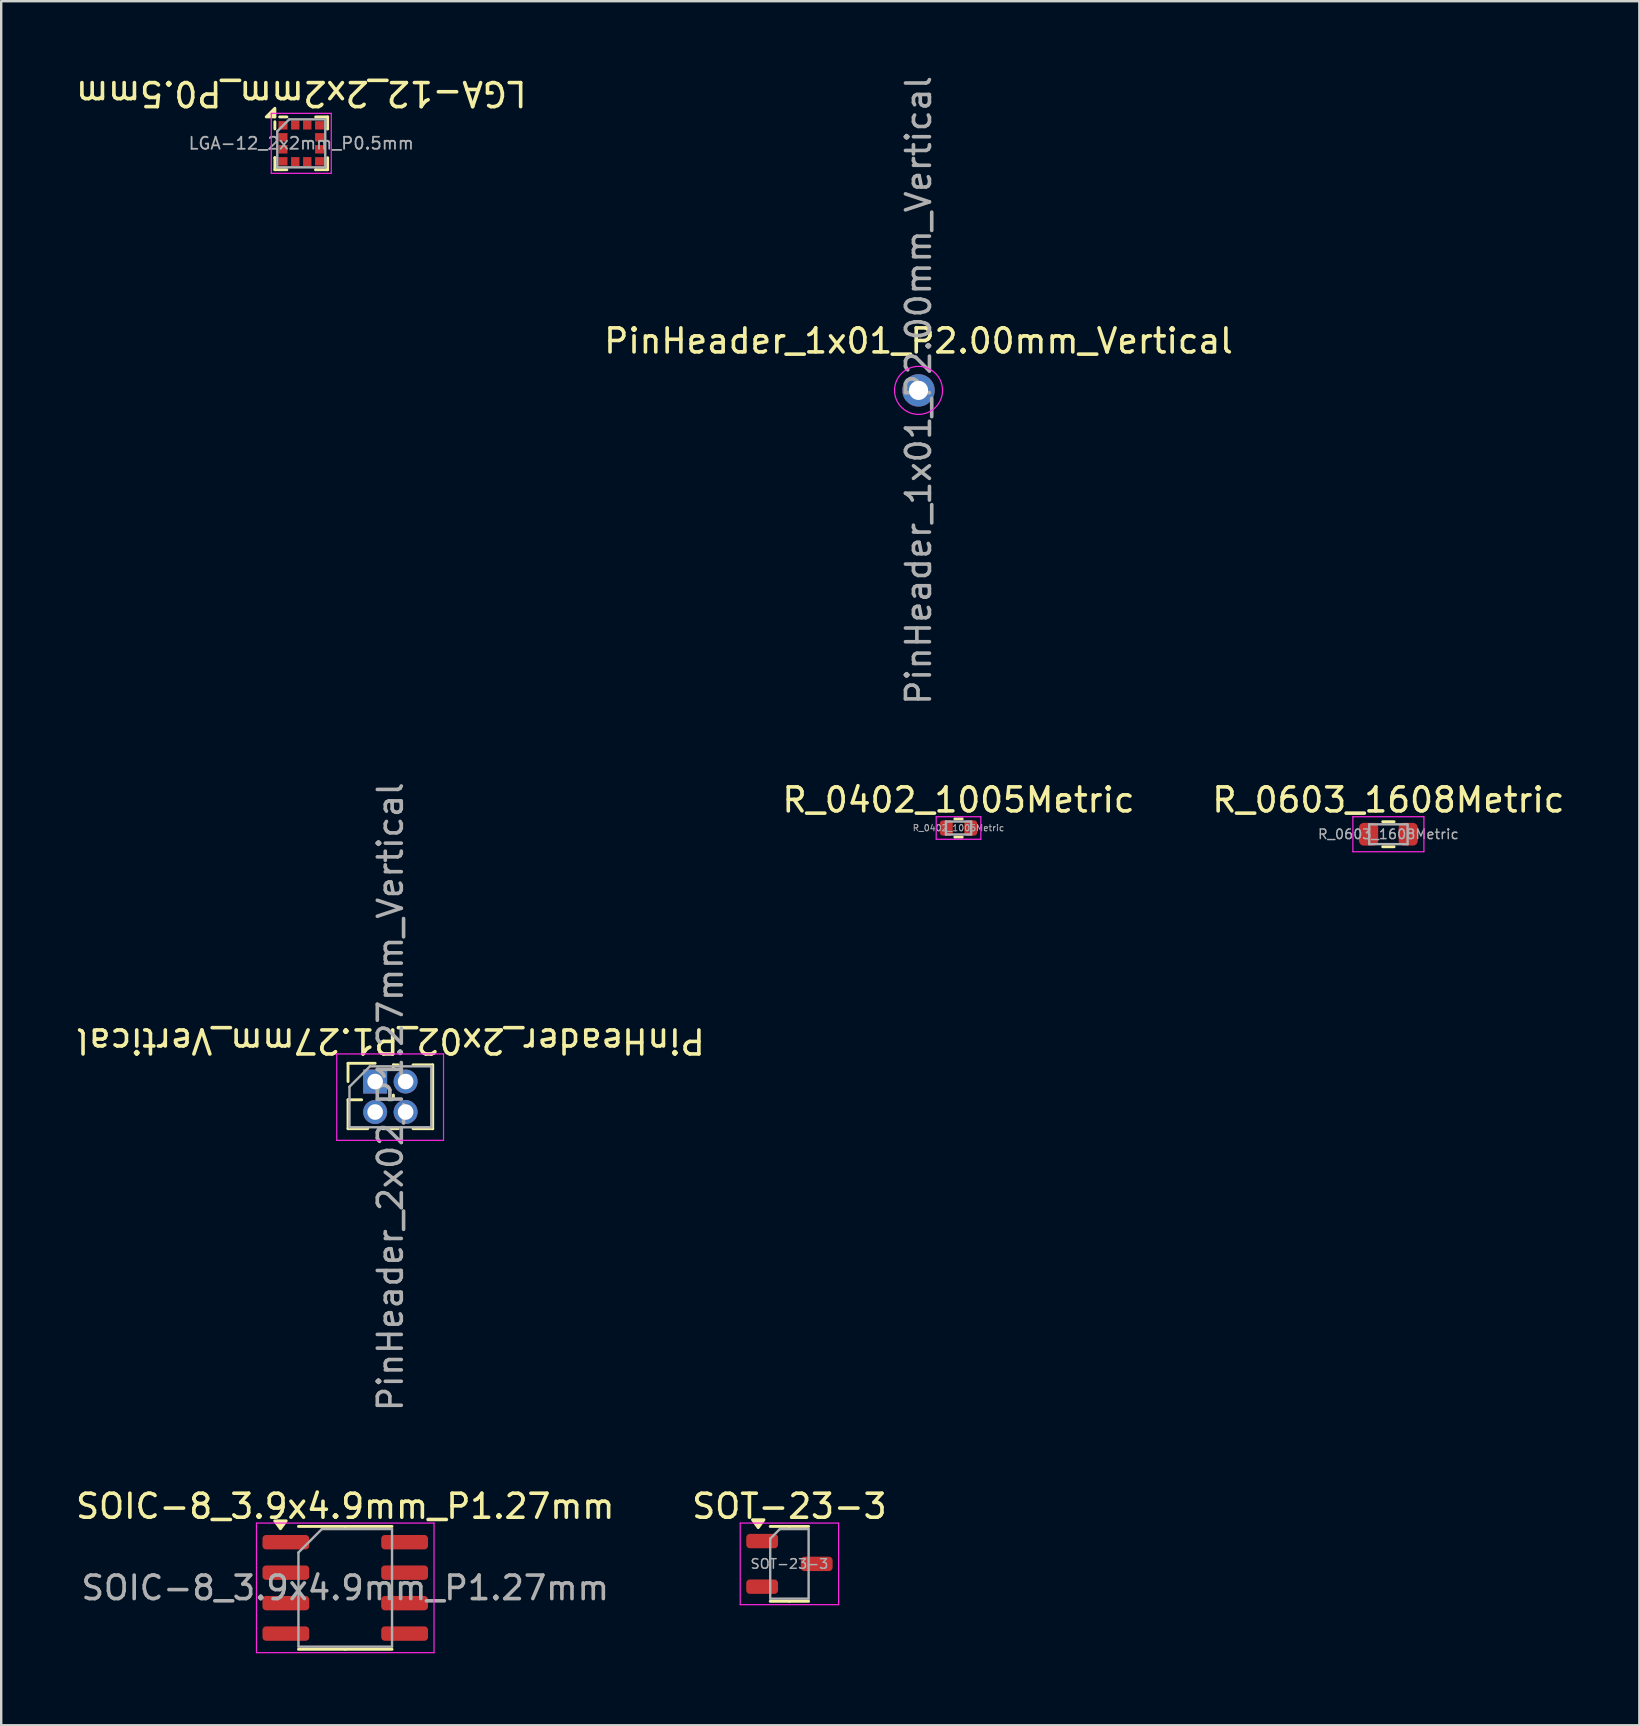
<source format=kicad_pcb>
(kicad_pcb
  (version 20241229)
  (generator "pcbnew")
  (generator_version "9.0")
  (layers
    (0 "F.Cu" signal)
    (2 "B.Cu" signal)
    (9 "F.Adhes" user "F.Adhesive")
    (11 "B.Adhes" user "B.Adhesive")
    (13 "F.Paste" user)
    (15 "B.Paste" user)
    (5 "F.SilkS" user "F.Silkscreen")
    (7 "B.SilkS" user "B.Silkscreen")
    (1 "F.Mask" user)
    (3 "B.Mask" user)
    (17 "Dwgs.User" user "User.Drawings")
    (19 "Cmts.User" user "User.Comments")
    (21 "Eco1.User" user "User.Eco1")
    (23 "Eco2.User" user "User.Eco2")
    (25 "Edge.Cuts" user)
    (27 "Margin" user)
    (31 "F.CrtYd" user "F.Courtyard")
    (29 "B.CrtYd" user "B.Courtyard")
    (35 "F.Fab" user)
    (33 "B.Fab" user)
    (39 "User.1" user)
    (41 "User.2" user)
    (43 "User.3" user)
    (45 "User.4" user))
  (footprint "SOIC-8_3.9x4.9mm_P1.27mm"
    (layer "F.Cu")
    (at 11.339 63.129)
    (property "Reference" "SOIC-8_3.9x4.9mm_P1.27mm" (at 0 -3.4 0) (unlocked yes) (layer "F.SilkS") (effects (font (size 1 1) (thickness 0.15))))
    (attr smd)
    (fp_line (start 0 -2.56) (end -1.95 -2.56) (stroke (width 0.12) (type solid)) (layer "F.SilkS"))
    (fp_line (start 0 -2.56) (end 1.95 -2.56) (stroke (width 0.12) (type solid)) (layer "F.SilkS"))
    (fp_line (start 0 2.56) (end -1.95 2.56) (stroke (width 0.12) (type solid)) (layer "F.SilkS"))
    (fp_line (start 0 2.56) (end 1.95 2.56) (stroke (width 0.12) (type solid)) (layer "F.SilkS"))
    (fp_poly (pts (xy -2.7 -2.465) (xy -2.94 -2.795) (xy -2.46 -2.795) (xy -2.7 -2.465)) (stroke (width 0.12) (type solid)) (fill yes) (layer "F.SilkS"))
    (fp_line (start -3.7 -2.7) (end -3.7 2.7) (stroke (width 0.05) (type solid)) (layer "F.CrtYd"))
    (fp_line (start -3.7 2.7) (end 3.7 2.7) (stroke (width 0.05) (type solid)) (layer "F.CrtYd"))
    (fp_line (start 3.7 -2.7) (end -3.7 -2.7) (stroke (width 0.05) (type solid)) (layer "F.CrtYd"))
    (fp_line (start 3.7 2.7) (end 3.7 -2.7) (stroke (width 0.05) (type solid)) (layer "F.CrtYd"))
    (fp_line (start -1.95 -1.475) (end -0.975 -2.45) (stroke (width 0.1) (type solid)) (layer "F.Fab"))
    (fp_line (start -1.95 2.45) (end -1.95 -1.475) (stroke (width 0.1) (type solid)) (layer "F.Fab"))
    (fp_line (start -0.975 -2.45) (end 1.95 -2.45) (stroke (width 0.1) (type solid)) (layer "F.Fab"))
    (fp_line (start 1.95 -2.45) (end 1.95 2.45) (stroke (width 0.1) (type solid)) (layer "F.Fab"))
    (fp_line (start 1.95 2.45) (end -1.95 2.45) (stroke (width 0.1) (type solid)) (layer "F.Fab"))
    (fp_text user "${REFERENCE}" (at 0 0 0) (layer "F.Fab") (effects (font (size 0.98 0.98) (thickness 0.15))))
    (pad "1" smd roundrect (at -2.475 -1.905) (size 1.95 0.6) (layers "F.Cu" "F.Mask" "F.Paste") (roundrect_rratio 0.25))
    (pad "2" smd roundrect (at -2.475 -0.635) (size 1.95 0.6) (layers "F.Cu" "F.Mask" "F.Paste") (roundrect_rratio 0.25))
    (pad "3" smd roundrect (at -2.475 0.635) (size 1.95 0.6) (layers "F.Cu" "F.Mask" "F.Paste") (roundrect_rratio 0.25))
    (pad "4" smd roundrect (at -2.475 1.905) (size 1.95 0.6) (layers "F.Cu" "F.Mask" "F.Paste") (roundrect_rratio 0.25))
    (pad "5" smd roundrect (at 2.475 1.905) (size 1.95 0.6) (layers "F.Cu" "F.Mask" "F.Paste") (roundrect_rratio 0.25))
    (pad "6" smd roundrect (at 2.475 0.635) (size 1.95 0.6) (layers "F.Cu" "F.Mask" "F.Paste") (roundrect_rratio 0.25))
    (pad "7" smd roundrect (at 2.475 -0.635) (size 1.95 0.6) (layers "F.Cu" "F.Mask" "F.Paste") (roundrect_rratio 0.25))
    (pad "8" smd roundrect (at 2.475 -1.905) (size 1.95 0.6) (layers "F.Cu" "F.Mask" "F.Paste") (roundrect_rratio 0.25)))
  (footprint "R_0402_1005Metric"
    (layer "F.Cu")
    (at 36.899 31.459)
    (property "Reference" "R_0402_1005Metric" (at 0 -1.17 0) (unlocked yes) (layer "F.SilkS") (effects (font (size 1 1) (thickness 0.15))))
    (attr smd)
    (fp_line (start -0.154 -0.38) (end 0.154 -0.38) (stroke (width 0.12) (type solid)) (layer "F.SilkS"))
    (fp_line (start -0.154 0.38) (end 0.154 0.38) (stroke (width 0.12) (type solid)) (layer "F.SilkS"))
    (fp_line (start -0.93 -0.47) (end 0.93 -0.47) (stroke (width 0.05) (type solid)) (layer "F.CrtYd"))
    (fp_line (start -0.93 0.47) (end -0.93 -0.47) (stroke (width 0.05) (type solid)) (layer "F.CrtYd"))
    (fp_line (start 0.93 -0.47) (end 0.93 0.47) (stroke (width 0.05) (type solid)) (layer "F.CrtYd"))
    (fp_line (start 0.93 0.47) (end -0.93 0.47) (stroke (width 0.05) (type solid)) (layer "F.CrtYd"))
    (fp_line (start -0.525 -0.27) (end 0.525 -0.27) (stroke (width 0.1) (type solid)) (layer "F.Fab"))
    (fp_line (start -0.525 0.27) (end -0.525 -0.27) (stroke (width 0.1) (type solid)) (layer "F.Fab"))
    (fp_line (start 0.525 -0.27) (end 0.525 0.27) (stroke (width 0.1) (type solid)) (layer "F.Fab"))
    (fp_line (start 0.525 0.27) (end -0.525 0.27) (stroke (width 0.1) (type solid)) (layer "F.Fab"))
    (fp_text user "${REFERENCE}" (at 0 0 0) (layer "F.Fab") (effects (font (size 0.26 0.26) (thickness 0.04))))
    (pad "1" smd roundrect (at -0.51 0) (size 0.54 0.64) (layers "F.Cu" "F.Mask" "F.Paste") (roundrect_rratio 0.25))
    (pad "2" smd roundrect (at 0.51 0) (size 0.54 0.64) (layers "F.Cu" "F.Mask" "F.Paste") (roundrect_rratio 0.25)))
  (footprint "PinHeader_1x01_P2.00mm_Vertical"
    (layer "F.Cu")
    (at 35.232 13.22)
    (property "Reference" "PinHeader_1x01_P2.00mm_Vertical" (at 0 -2.06 0) (unlocked yes) (layer "F.SilkS") (effects (font (size 1 1) (thickness 0.15))))
    (attr through_hole)
    (fp_circle (center 0 0) (end 1 0) (stroke (width 0.05) (type default)) (fill no) (layer "F.CrtYd"))
    (fp_text user "${REFERENCE}" (at 0 0 90) (layer "F.Fab") (effects (font (size 1 1) (thickness 0.15))))
    (pad "1" thru_hole circle (at 0 0) (size 1.35 1.35) (drill 0.8) (layers "*.Cu" "*.Mask")))
  (footprint "R_0603_1608Metric"
    (layer "F.Cu")
    (at 54.815 31.719)
    (property "Reference" "R_0603_1608Metric" (at 0 -1.43 0) (unlocked yes) (layer "F.SilkS") (effects (font (size 1 1) (thickness 0.15))))
    (attr smd)
    (fp_line (start -0.237 -0.522) (end 0.237 -0.522) (stroke (width 0.12) (type solid)) (layer "F.SilkS"))
    (fp_line (start -0.237 0.522) (end 0.237 0.522) (stroke (width 0.12) (type solid)) (layer "F.SilkS"))
    (fp_line (start -1.48 -0.73) (end 1.48 -0.73) (stroke (width 0.05) (type solid)) (layer "F.CrtYd"))
    (fp_line (start -1.48 0.73) (end -1.48 -0.73) (stroke (width 0.05) (type solid)) (layer "F.CrtYd"))
    (fp_line (start 1.48 -0.73) (end 1.48 0.73) (stroke (width 0.05) (type solid)) (layer "F.CrtYd"))
    (fp_line (start 1.48 0.73) (end -1.48 0.73) (stroke (width 0.05) (type solid)) (layer "F.CrtYd"))
    (fp_line (start -0.8 -0.412) (end 0.8 -0.412) (stroke (width 0.1) (type solid)) (layer "F.Fab"))
    (fp_line (start -0.8 0.412) (end -0.8 -0.412) (stroke (width 0.1) (type solid)) (layer "F.Fab"))
    (fp_line (start 0.8 -0.412) (end 0.8 0.412) (stroke (width 0.1) (type solid)) (layer "F.Fab"))
    (fp_line (start 0.8 0.412) (end -0.8 0.412) (stroke (width 0.1) (type solid)) (layer "F.Fab"))
    (fp_text user "${REFERENCE}" (at 0 0 0) (layer "F.Fab") (effects (font (size 0.4 0.4) (thickness 0.06))))
    (pad "1" smd roundrect (at -0.825 0) (size 0.8 0.95) (layers "F.Cu" "F.Mask" "F.Paste") (roundrect_rratio 0.25))
    (pad "2" smd roundrect (at 0.825 0) (size 0.8 0.95) (layers "F.Cu" "F.Mask" "F.Paste") (roundrect_rratio 0.25)))
  (footprint "PinHeader_2x02_P1.27mm_Vertical"
    (layer "F.Cu")
    (at 12.585 42.026)
    (property "Reference" "PinHeader_2x02_P1.27mm_Vertical" (at 0.635 -1.695 180) (unlocked yes) (layer "F.SilkS") (effects (font (size 1 1) (thickness 0.15))))
    (attr through_hole)
    (fp_line (start -1.13 -0.76) (end 0 -0.76) (stroke (width 0.12) (type solid)) (layer "F.SilkS"))
    (fp_line (start -1.13 0) (end -1.13 -0.76) (stroke (width 0.12) (type solid)) (layer "F.SilkS"))
    (fp_line (start -1.13 0.76) (end -1.13 1.965) (stroke (width 0.12) (type solid)) (layer "F.SilkS"))
    (fp_line (start -1.13 0.76) (end -0.563 0.76) (stroke (width 0.12) (type solid)) (layer "F.SilkS"))
    (fp_line (start -1.13 1.965) (end -0.308 1.965) (stroke (width 0.12) (type solid)) (layer "F.SilkS"))
    (fp_line (start 0.308 1.965) (end 0.962 1.965) (stroke (width 0.12) (type solid)) (layer "F.SilkS"))
    (fp_line (start 0.563 0.76) (end 0.707 0.76) (stroke (width 0.12) (type solid)) (layer "F.SilkS"))
    (fp_line (start 0.76 -0.695) (end 0.962 -0.695) (stroke (width 0.12) (type solid)) (layer "F.SilkS"))
    (fp_line (start 0.76 -0.563) (end 0.76 -0.695) (stroke (width 0.12) (type solid)) (layer "F.SilkS"))
    (fp_line (start 0.76 0.707) (end 0.76 0.563) (stroke (width 0.12) (type solid)) (layer "F.SilkS"))
    (fp_line (start 1.578 -0.695) (end 2.4 -0.695) (stroke (width 0.12) (type solid)) (layer "F.SilkS"))
    (fp_line (start 1.578 1.965) (end 2.4 1.965) (stroke (width 0.12) (type solid)) (layer "F.SilkS"))
    (fp_line (start 2.4 -0.695) (end 2.4 1.965) (stroke (width 0.12) (type solid)) (layer "F.SilkS"))
    (fp_line (start -1.6 -1.15) (end -1.6 2.45) (stroke (width 0.05) (type solid)) (layer "F.CrtYd"))
    (fp_line (start -1.6 2.45) (end 2.85 2.45) (stroke (width 0.05) (type solid)) (layer "F.CrtYd"))
    (fp_line (start 2.85 -1.15) (end -1.6 -1.15) (stroke (width 0.05) (type solid)) (layer "F.CrtYd"))
    (fp_line (start 2.85 2.45) (end 2.85 -1.15) (stroke (width 0.05) (type solid)) (layer "F.CrtYd"))
    (fp_line (start -1.07 0.217) (end -0.217 -0.635) (stroke (width 0.1) (type solid)) (layer "F.Fab"))
    (fp_line (start -1.07 1.905) (end -1.07 0.217) (stroke (width 0.1) (type solid)) (layer "F.Fab"))
    (fp_line (start -0.217 -0.635) (end 2.34 -0.635) (stroke (width 0.1) (type solid)) (layer "F.Fab"))
    (fp_line (start 2.34 -0.635) (end 2.34 1.905) (stroke (width 0.1) (type solid)) (layer "F.Fab"))
    (fp_line (start 2.34 1.905) (end -1.07 1.905) (stroke (width 0.1) (type solid)) (layer "F.Fab"))
    (fp_text user "${REFERENCE}" (at 0.635 0.635 90) (layer "F.Fab") (effects (font (size 1 1) (thickness 0.15))))
    (pad "1" thru_hole rect (at 0 0 180) (size 1 1) (drill 0.65) (layers "*.Cu" "*.Mask"))
    (pad "2" thru_hole oval (at 1.27 0 180) (size 1 1) (drill 0.65) (layers "*.Cu" "*.Mask"))
    (pad "3" thru_hole oval (at 0 1.27 180) (size 1 1) (drill 0.65) (layers "*.Cu" "*.Mask"))
    (pad "4" thru_hole oval (at 1.27 1.27 180) (size 1 1) (drill 0.65) (layers "*.Cu" "*.Mask")))
  (footprint "LGA-12_2x2mm_P0.5mm"
    (layer "F.Cu")
    (at 9.506 2.923)
    (property "Reference" "LGA-12_2x2mm_P0.5mm" (at 0 -2.075 180) (unlocked yes) (layer "F.SilkS") (effects (font (size 1 1) (thickness 0.15))))
    (attr smd)
    (fp_line (start -1.1 -1.1) (end -1.1 -1.1) (stroke (width 0.12) (type solid)) (layer "F.SilkS"))
    (fp_line (start -1.1 -0.6) (end -1.1 -0.9) (stroke (width 0.12) (type solid)) (layer "F.SilkS"))
    (fp_line (start -1.1 0.6) (end -1.1 0.6) (stroke (width 0.12) (type solid)) (layer "F.SilkS"))
    (fp_line (start -1.1 1.1) (end -1.1 0.6) (stroke (width 0.12) (type solid)) (layer "F.SilkS"))
    (fp_line (start -0.6 -1.1) (end -0.9 -1.1) (stroke (width 0.12) (type solid)) (layer "F.SilkS"))
    (fp_line (start -0.6 1.1) (end -1.1 1.1) (stroke (width 0.12) (type solid)) (layer "F.SilkS"))
    (fp_line (start 0.6 -1.1) (end 1.1 -1.1) (stroke (width 0.12) (type solid)) (layer "F.SilkS"))
    (fp_line (start 0.6 1.1) (end 0.6 1.1) (stroke (width 0.12) (type solid)) (layer "F.SilkS"))
    (fp_line (start 1.1 -1.1) (end 1.1 -0.6) (stroke (width 0.12) (type solid)) (layer "F.SilkS"))
    (fp_line (start 1.1 -0.6) (end 1.1 -0.6) (stroke (width 0.12) (type solid)) (layer "F.SilkS"))
    (fp_line (start 1.1 0.6) (end 1.1 1.1) (stroke (width 0.12) (type solid)) (layer "F.SilkS"))
    (fp_line (start 1.1 1.1) (end 0.6 1.1) (stroke (width 0.12) (type solid)) (layer "F.SilkS"))
    (fp_poly (pts (xy -1.1 -1.1) (xy -1.46 -1.1) (xy -1.1 -1.46) (xy -1.1 -1.1)) (stroke (width 0.12) (type solid)) (fill yes) (layer "F.SilkS"))
    (fp_line (start -1.25 -1.25) (end 1.25 -1.25) (stroke (width 0.05) (type solid)) (layer "F.CrtYd"))
    (fp_line (start -1.25 1.25) (end -1.25 -1.25) (stroke (width 0.05) (type solid)) (layer "F.CrtYd"))
    (fp_line (start 1.25 -1.25) (end 1.25 1.25) (stroke (width 0.05) (type solid)) (layer "F.CrtYd"))
    (fp_line (start 1.25 1.25) (end -1.25 1.25) (stroke (width 0.05) (type solid)) (layer "F.CrtYd"))
    (fp_line (start -1 -0.5) (end -0.5 -1) (stroke (width 0.1) (type solid)) (layer "F.Fab"))
    (fp_line (start -1 1) (end -1 -0.5) (stroke (width 0.1) (type solid)) (layer "F.Fab"))
    (fp_line (start -0.5 -1) (end 1 -1) (stroke (width 0.1) (type solid)) (layer "F.Fab"))
    (fp_line (start 1 -1) (end 1 1) (stroke (width 0.1) (type solid)) (layer "F.Fab"))
    (fp_line (start 1 1) (end -1 1) (stroke (width 0.1) (type solid)) (layer "F.Fab"))
    (fp_text user "${REFERENCE}" (at 0 0 180) (layer "F.Fab") (effects (font (size 0.5 0.5) (thickness 0.075))))
    (pad "1" smd rect (at -0.762 -0.75) (size 0.375 0.35) (layers "F.Cu" "F.Mask" "F.Paste"))
    (pad "2" smd rect (at -0.762 -0.25) (size 0.375 0.35) (layers "F.Cu" "F.Mask" "F.Paste"))
    (pad "3" smd rect (at -0.762 0.25) (size 0.375 0.35) (layers "F.Cu" "F.Mask" "F.Paste"))
    (pad "4" smd rect (at -0.762 0.75) (size 0.375 0.35) (layers "F.Cu" "F.Mask" "F.Paste"))
    (pad "5" smd rect (at -0.25 0.762 90) (size 0.375 0.35) (layers "F.Cu" "F.Mask" "F.Paste"))
    (pad "6" smd rect (at 0.25 0.762 90) (size 0.375 0.35) (layers "F.Cu" "F.Mask" "F.Paste"))
    (pad "7" smd rect (at 0.762 0.75) (size 0.375 0.35) (layers "F.Cu" "F.Mask" "F.Paste"))
    (pad "8" smd rect (at 0.762 0.25) (size 0.375 0.35) (layers "F.Cu" "F.Mask" "F.Paste"))
    (pad "9" smd rect (at 0.762 -0.25) (size 0.375 0.35) (layers "F.Cu" "F.Mask" "F.Paste"))
    (pad "10" smd rect (at 0.762 -0.75) (size 0.375 0.35) (layers "F.Cu" "F.Mask" "F.Paste"))
    (pad "11" smd rect (at 0.25 -0.762 90) (size 0.375 0.35) (layers "F.Cu" "F.Mask" "F.Paste"))
    (pad "12" smd rect (at -0.25 -0.762 90) (size 0.375 0.35) (layers "F.Cu" "F.Mask" "F.Paste")))
  (footprint "SOT-23-3"
    (layer "F.Cu")
    (at 29.851 62.129)
    (property "Reference" "SOT-23-3" (at 0 -2.4 0) (unlocked yes) (layer "F.SilkS") (effects (font (size 1 1) (thickness 0.15))))
    (attr smd)
    (fp_line (start 0 -1.56) (end -0.8 -1.56) (stroke (width 0.12) (type solid)) (layer "F.SilkS"))
    (fp_line (start 0 -1.56) (end 0.8 -1.56) (stroke (width 0.12) (type solid)) (layer "F.SilkS"))
    (fp_line (start 0 1.56) (end -0.8 1.56) (stroke (width 0.12) (type solid)) (layer "F.SilkS"))
    (fp_line (start 0 1.56) (end 0.8 1.56) (stroke (width 0.12) (type solid)) (layer "F.SilkS"))
    (fp_poly (pts (xy -1.3 -1.51) (xy -1.54 -1.84) (xy -1.06 -1.84) (xy -1.3 -1.51)) (stroke (width 0.12) (type solid)) (fill yes) (layer "F.SilkS"))
    (fp_line (start -2.05 -1.7) (end -2.05 1.7) (stroke (width 0.05) (type solid)) (layer "F.CrtYd"))
    (fp_line (start -2.05 1.7) (end 2.05 1.7) (stroke (width 0.05) (type solid)) (layer "F.CrtYd"))
    (fp_line (start 2.05 -1.7) (end -2.05 -1.7) (stroke (width 0.05) (type solid)) (layer "F.CrtYd"))
    (fp_line (start 2.05 1.7) (end 2.05 -1.7) (stroke (width 0.05) (type solid)) (layer "F.CrtYd"))
    (fp_line (start -0.8 -1.05) (end -0.4 -1.45) (stroke (width 0.1) (type solid)) (layer "F.Fab"))
    (fp_line (start -0.8 1.45) (end -0.8 -1.05) (stroke (width 0.1) (type solid)) (layer "F.Fab"))
    (fp_line (start -0.4 -1.45) (end 0.8 -1.45) (stroke (width 0.1) (type solid)) (layer "F.Fab"))
    (fp_line (start 0.8 -1.45) (end 0.8 1.45) (stroke (width 0.1) (type solid)) (layer "F.Fab"))
    (fp_line (start 0.8 1.45) (end -0.8 1.45) (stroke (width 0.1) (type solid)) (layer "F.Fab"))
    (fp_text user "${REFERENCE}" (at 0 0 0) (layer "F.Fab") (effects (font (size 0.4 0.4) (thickness 0.06))))
    (pad "1" smd roundrect (at -1.137 -0.95) (size 1.325 0.6) (layers "F.Cu" "F.Mask" "F.Paste") (roundrect_rratio 0.25))
    (pad "2" smd roundrect (at -1.137 0.95) (size 1.325 0.6) (layers "F.Cu" "F.Mask" "F.Paste") (roundrect_rratio 0.25))
    (pad "3" smd roundrect (at 1.137 0) (size 1.325 0.6) (layers "F.Cu" "F.Mask" "F.Paste") (roundrect_rratio 0.25)))
  (gr_rect
    (start -3 -3)
    (end 65.274 68.854)
    (stroke (width 0.1) (type default))
    (fill no)
    (layer "Edge.Cuts")))
</source>
